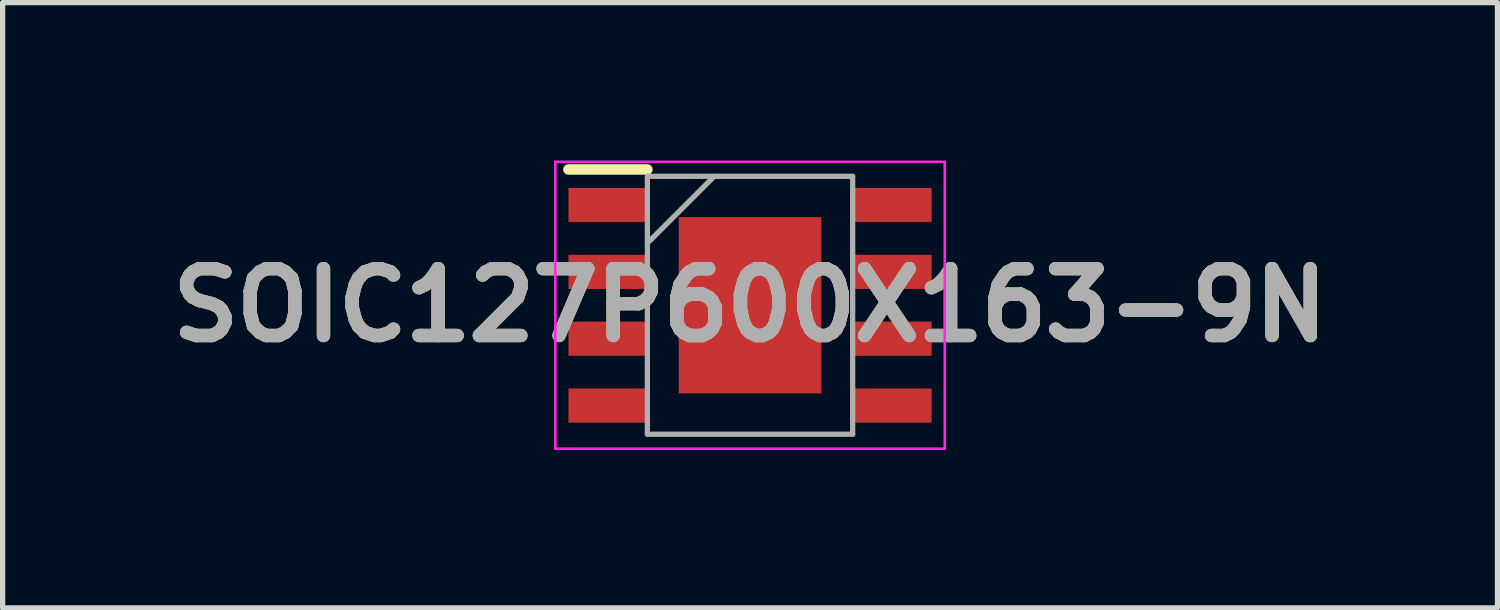
<source format=kicad_pcb>
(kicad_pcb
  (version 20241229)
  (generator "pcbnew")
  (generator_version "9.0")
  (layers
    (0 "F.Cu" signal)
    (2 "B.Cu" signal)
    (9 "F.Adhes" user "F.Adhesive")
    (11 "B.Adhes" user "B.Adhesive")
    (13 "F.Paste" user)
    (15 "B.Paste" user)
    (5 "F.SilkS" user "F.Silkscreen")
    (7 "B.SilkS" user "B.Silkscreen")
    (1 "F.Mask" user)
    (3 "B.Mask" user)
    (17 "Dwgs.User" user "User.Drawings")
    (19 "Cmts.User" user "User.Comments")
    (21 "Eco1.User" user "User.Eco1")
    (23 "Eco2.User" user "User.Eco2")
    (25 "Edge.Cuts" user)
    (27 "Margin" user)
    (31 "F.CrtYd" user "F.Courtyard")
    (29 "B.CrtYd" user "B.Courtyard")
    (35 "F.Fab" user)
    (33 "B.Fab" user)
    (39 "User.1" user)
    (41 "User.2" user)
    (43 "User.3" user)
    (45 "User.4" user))
  (footprint "SOIC127P600X163-9N"
    (layer "F.Cu")
    (at 11.2 2.75)
    (property "Reference" "SOIC127P600X163-9N" (at 0 0 0) (layer "F.SilkS") (effects (font (size 1.27 1.27) (thickness 0.254))))
    (attr smd)
    (fp_line (start -3.45 -2.58) (end -1.95 -2.58) (stroke (width 0.2) (type solid)) (layer "F.SilkS"))
    (fp_line (start -3.7 -2.725) (end 3.7 -2.725) (stroke (width 0.05) (type solid)) (layer "F.CrtYd"))
    (fp_line (start -3.7 2.725) (end -3.7 -2.725) (stroke (width 0.05) (type solid)) (layer "F.CrtYd"))
    (fp_line (start 3.7 -2.725) (end 3.7 2.725) (stroke (width 0.05) (type solid)) (layer "F.CrtYd"))
    (fp_line (start 3.7 2.725) (end -3.7 2.725) (stroke (width 0.05) (type solid)) (layer "F.CrtYd"))
    (fp_line (start -1.95 -2.45) (end 1.95 -2.45) (stroke (width 0.1) (type solid)) (layer "F.Fab"))
    (fp_line (start -1.95 -1.18) (end -0.68 -2.45) (stroke (width 0.1) (type solid)) (layer "F.Fab"))
    (fp_line (start -1.95 2.45) (end -1.95 -2.45) (stroke (width 0.1) (type solid)) (layer "F.Fab"))
    (fp_line (start 1.95 -2.45) (end 1.95 2.45) (stroke (width 0.1) (type solid)) (layer "F.Fab"))
    (fp_line (start 1.95 2.45) (end -1.95 2.45) (stroke (width 0.1) (type solid)) (layer "F.Fab"))
    (fp_text user "${REFERENCE}" (at 0 0 0) (layer "F.Fab") (effects (font (size 1.27 1.27) (thickness 0.254))))
    (pad "1" smd rect (at -2.7 -1.905 90) (size 0.65 1.5) (layers "F.Cu" "F.Mask" "F.Paste"))
    (pad "2" smd rect (at -2.7 -0.635 90) (size 0.65 1.5) (layers "F.Cu" "F.Mask" "F.Paste"))
    (pad "3" smd rect (at -2.7 0.635 90) (size 0.65 1.5) (layers "F.Cu" "F.Mask" "F.Paste"))
    (pad "4" smd rect (at -2.7 1.905 90) (size 0.65 1.5) (layers "F.Cu" "F.Mask" "F.Paste"))
    (pad "5" smd rect (at 2.7 1.905 90) (size 0.65 1.5) (layers "F.Cu" "F.Mask" "F.Paste"))
    (pad "6" smd rect (at 2.7 0.635 90) (size 0.65 1.5) (layers "F.Cu" "F.Mask" "F.Paste"))
    (pad "7" smd rect (at 2.7 -0.635 90) (size 0.65 1.5) (layers "F.Cu" "F.Mask" "F.Paste"))
    (pad "8" smd rect (at 2.7 -1.905 90) (size 0.65 1.5) (layers "F.Cu" "F.Mask" "F.Paste"))
    (pad "9" smd rect (at 0 0) (size 2.71 3.35) (layers "F.Cu" "F.Mask" "F.Paste")))
  (gr_rect
    (start -3 -3)
    (end 25.4 8.5)
    (stroke (width 0.1) (type default))
    (fill no)
    (layer "Edge.Cuts")))
</source>
